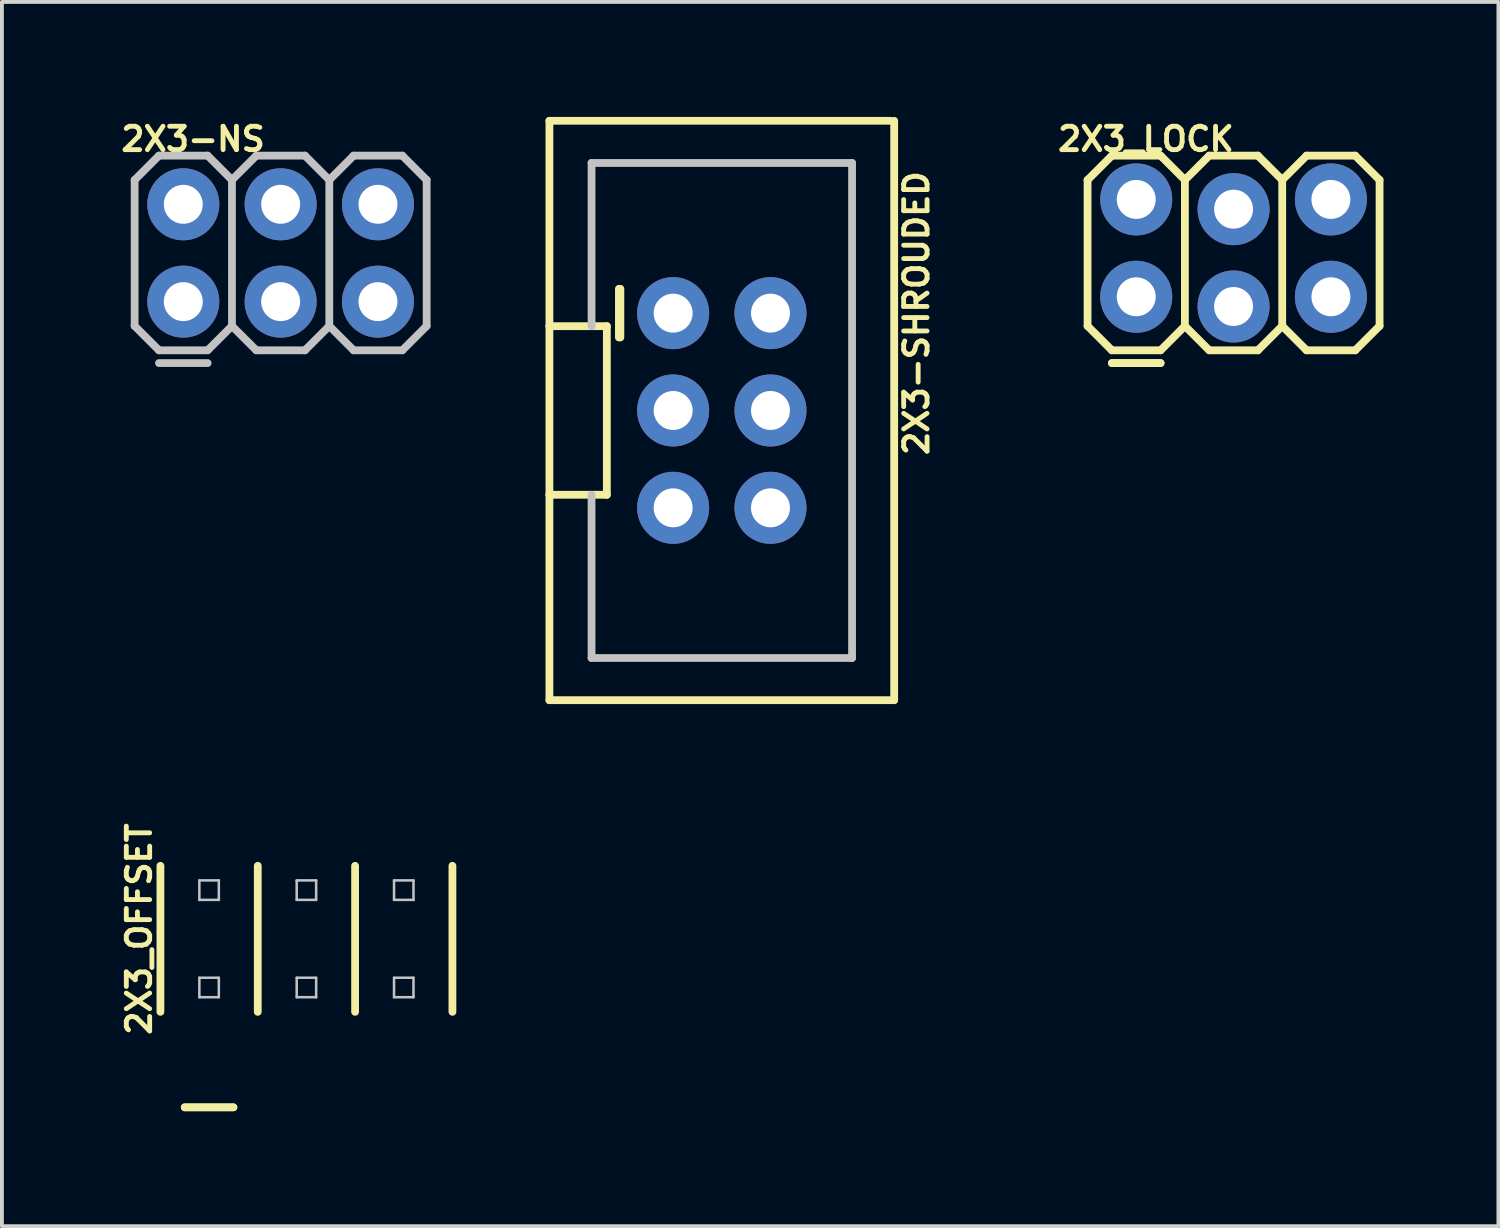
<source format=kicad_pcb>
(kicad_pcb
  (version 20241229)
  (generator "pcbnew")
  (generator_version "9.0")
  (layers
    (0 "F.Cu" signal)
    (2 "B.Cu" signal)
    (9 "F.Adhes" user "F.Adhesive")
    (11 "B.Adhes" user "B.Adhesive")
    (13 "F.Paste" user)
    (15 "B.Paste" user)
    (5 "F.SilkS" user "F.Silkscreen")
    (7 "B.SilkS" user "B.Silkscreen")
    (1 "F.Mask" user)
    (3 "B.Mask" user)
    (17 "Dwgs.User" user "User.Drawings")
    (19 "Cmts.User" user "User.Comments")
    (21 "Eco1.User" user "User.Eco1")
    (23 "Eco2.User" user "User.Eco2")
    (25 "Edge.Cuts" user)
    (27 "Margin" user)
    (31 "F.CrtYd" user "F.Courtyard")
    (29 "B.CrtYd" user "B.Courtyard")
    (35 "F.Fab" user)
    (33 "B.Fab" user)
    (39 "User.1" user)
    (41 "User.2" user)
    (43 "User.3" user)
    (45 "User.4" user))
  (footprint "2X3_LOCK"
    (layer "F.Cu")
    (at 26.599 4.821)
    (property "Reference" "2X3_LOCK" (at 0.254 -4.242 0) (layer "F.SilkS") (effects (font (size 0.61 0.61) (thickness 0.127))))
    (attr exclude_from_pos_files exclude_from_bom)
    (fp_line (start -1.27 -3.175) (end -0.635 -3.81) (stroke (width 0.203) (type solid)) (layer "F.SilkS"))
    (fp_line (start -1.27 0.635) (end -1.27 -3.175) (stroke (width 0.203) (type solid)) (layer "F.SilkS"))
    (fp_line (start -1.27 0.635) (end -0.635 1.27) (stroke (width 0.203) (type solid)) (layer "F.SilkS"))
    (fp_line (start -0.635 -3.81) (end 0.635 -3.81) (stroke (width 0.203) (type solid)) (layer "F.SilkS"))
    (fp_line (start -0.635 1.27) (end 0.635 1.27) (stroke (width 0.203) (type solid)) (layer "F.SilkS"))
    (fp_line (start -0.635 1.603) (end 0.635 1.603) (stroke (width 0.203) (type solid)) (layer "F.SilkS"))
    (fp_line (start 0.635 -3.81) (end 1.27 -3.175) (stroke (width 0.203) (type solid)) (layer "F.SilkS"))
    (fp_line (start 0.635 1.27) (end 1.27 0.635) (stroke (width 0.203) (type solid)) (layer "F.SilkS"))
    (fp_line (start 0.635 1.603) (end -0.635 1.603) (stroke (width 0.203) (type solid)) (layer "F.SilkS"))
    (fp_line (start 1.27 -3.175) (end 1.27 0.635) (stroke (width 0.203) (type solid)) (layer "F.SilkS"))
    (fp_line (start 1.27 -3.175) (end 1.905 -3.81) (stroke (width 0.203) (type solid)) (layer "F.SilkS"))
    (fp_line (start 1.27 0.635) (end 1.905 1.27) (stroke (width 0.203) (type solid)) (layer "F.SilkS"))
    (fp_line (start 1.905 -3.81) (end 3.175 -3.81) (stroke (width 0.203) (type solid)) (layer "F.SilkS"))
    (fp_line (start 1.905 1.27) (end 3.175 1.27) (stroke (width 0.203) (type solid)) (layer "F.SilkS"))
    (fp_line (start 3.175 -3.81) (end 3.81 -3.175) (stroke (width 0.203) (type solid)) (layer "F.SilkS"))
    (fp_line (start 3.175 1.27) (end 3.81 0.635) (stroke (width 0.203) (type solid)) (layer "F.SilkS"))
    (fp_line (start 3.81 -3.175) (end 3.81 0.635) (stroke (width 0.203) (type solid)) (layer "F.SilkS"))
    (fp_line (start 3.81 -3.175) (end 4.445 -3.81) (stroke (width 0.203) (type solid)) (layer "F.SilkS"))
    (fp_line (start 3.81 0.635) (end 4.445 1.27) (stroke (width 0.203) (type solid)) (layer "F.SilkS"))
    (fp_line (start 4.445 -3.81) (end 5.715 -3.81) (stroke (width 0.203) (type solid)) (layer "F.SilkS"))
    (fp_line (start 4.445 1.27) (end 5.715 1.27) (stroke (width 0.203) (type solid)) (layer "F.SilkS"))
    (fp_line (start 5.715 -3.81) (end 6.35 -3.175) (stroke (width 0.203) (type solid)) (layer "F.SilkS"))
    (fp_line (start 5.715 1.27) (end 6.35 0.635) (stroke (width 0.203) (type solid)) (layer "F.SilkS"))
    (fp_line (start 6.35 -3.175) (end 6.35 0.635) (stroke (width 0.203) (type solid)) (layer "F.SilkS"))
    (fp_line (start -0.254 -2.794) (end 0.254 -2.794) (stroke (width 0.066) (type solid)) (layer "Dwgs.User"))
    (fp_line (start -0.254 -2.286) (end -0.254 -2.794) (stroke (width 0.066) (type solid)) (layer "Dwgs.User"))
    (fp_line (start -0.254 -2.286) (end 0.254 -2.286) (stroke (width 0.066) (type solid)) (layer "Dwgs.User"))
    (fp_line (start -0.254 -0.254) (end 0.254 -0.254) (stroke (width 0.066) (type solid)) (layer "Dwgs.User"))
    (fp_line (start -0.254 0.254) (end -0.254 -0.254) (stroke (width 0.066) (type solid)) (layer "Dwgs.User"))
    (fp_line (start -0.254 0.254) (end 0.254 0.254) (stroke (width 0.066) (type solid)) (layer "Dwgs.User"))
    (fp_line (start 0.254 -2.286) (end 0.254 -2.794) (stroke (width 0.066) (type solid)) (layer "Dwgs.User"))
    (fp_line (start 0.254 0.254) (end 0.254 -0.254) (stroke (width 0.066) (type solid)) (layer "Dwgs.User"))
    (fp_line (start 2.286 -2.794) (end 2.794 -2.794) (stroke (width 0.066) (type solid)) (layer "Dwgs.User"))
    (fp_line (start 2.286 -2.286) (end 2.286 -2.794) (stroke (width 0.066) (type solid)) (layer "Dwgs.User"))
    (fp_line (start 2.286 -2.286) (end 2.794 -2.286) (stroke (width 0.066) (type solid)) (layer "Dwgs.User"))
    (fp_line (start 2.286 -0.254) (end 2.794 -0.254) (stroke (width 0.066) (type solid)) (layer "Dwgs.User"))
    (fp_line (start 2.286 0.254) (end 2.286 -0.254) (stroke (width 0.066) (type solid)) (layer "Dwgs.User"))
    (fp_line (start 2.286 0.254) (end 2.794 0.254) (stroke (width 0.066) (type solid)) (layer "Dwgs.User"))
    (fp_line (start 2.794 -2.286) (end 2.794 -2.794) (stroke (width 0.066) (type solid)) (layer "Dwgs.User"))
    (fp_line (start 2.794 0.254) (end 2.794 -0.254) (stroke (width 0.066) (type solid)) (layer "Dwgs.User"))
    (fp_line (start 4.826 -2.794) (end 5.334 -2.794) (stroke (width 0.066) (type solid)) (layer "Dwgs.User"))
    (fp_line (start 4.826 -2.286) (end 4.826 -2.794) (stroke (width 0.066) (type solid)) (layer "Dwgs.User"))
    (fp_line (start 4.826 -2.286) (end 5.334 -2.286) (stroke (width 0.066) (type solid)) (layer "Dwgs.User"))
    (fp_line (start 4.826 -0.254) (end 5.334 -0.254) (stroke (width 0.066) (type solid)) (layer "Dwgs.User"))
    (fp_line (start 4.826 0.254) (end 4.826 -0.254) (stroke (width 0.066) (type solid)) (layer "Dwgs.User"))
    (fp_line (start 4.826 0.254) (end 5.334 0.254) (stroke (width 0.066) (type solid)) (layer "Dwgs.User"))
    (fp_line (start 5.334 -2.286) (end 5.334 -2.794) (stroke (width 0.066) (type solid)) (layer "Dwgs.User"))
    (fp_line (start 5.334 0.254) (end 5.334 -0.254) (stroke (width 0.066) (type solid)) (layer "Dwgs.User"))
    (pad "1" thru_hole circle (at 0 -0.127) (size 1.88 1.88) (drill 1.016) (layers "*.Cu" "*.Paste" "*.Mask"))
    (pad "2" thru_hole circle (at 0 -2.667) (size 1.88 1.88) (drill 1.016) (layers "*.Cu" "*.Paste" "*.Mask"))
    (pad "3" thru_hole circle (at 2.54 0.127) (size 1.88 1.88) (drill 1.016) (layers "*.Cu" "*.Paste" "*.Mask"))
    (pad "4" thru_hole circle (at 2.54 -2.413) (size 1.88 1.88) (drill 1.016) (layers "*.Cu" "*.Paste" "*.Mask"))
    (pad "5" thru_hole circle (at 5.08 -0.127) (size 1.88 1.88) (drill 1.016) (layers "*.Cu" "*.Paste" "*.Mask"))
    (pad "6" thru_hole circle (at 5.08 -2.667) (size 1.88 1.88) (drill 1.016) (layers "*.Cu" "*.Paste" "*.Mask")))
  (footprint "2X3-NS"
    (layer "F.Cu")
    (at 4.273 3.551)
    (property "Reference" "2X3-NS" (at -2.286 -2.972 0) (layer "F.SilkS") (effects (font (size 0.61 0.61) (thickness 0.127))))
    (attr exclude_from_pos_files exclude_from_bom)
    (fp_line (start -3.81 -1.905) (end -3.175 -2.54) (stroke (width 0.203) (type solid)) (layer "Dwgs.User"))
    (fp_line (start -3.81 1.905) (end -3.81 -1.905) (stroke (width 0.203) (type solid)) (layer "Dwgs.User"))
    (fp_line (start -3.81 1.905) (end -3.175 2.54) (stroke (width 0.203) (type solid)) (layer "Dwgs.User"))
    (fp_line (start -3.175 -2.54) (end -1.905 -2.54) (stroke (width 0.203) (type solid)) (layer "Dwgs.User"))
    (fp_line (start -3.175 2.54) (end -1.905 2.54) (stroke (width 0.203) (type solid)) (layer "Dwgs.User"))
    (fp_line (start -2.794 -1.524) (end -2.286 -1.524) (stroke (width 0.066) (type solid)) (layer "Dwgs.User"))
    (fp_line (start -2.794 -1.016) (end -2.794 -1.524) (stroke (width 0.066) (type solid)) (layer "Dwgs.User"))
    (fp_line (start -2.794 -1.016) (end -2.286 -1.016) (stroke (width 0.066) (type solid)) (layer "Dwgs.User"))
    (fp_line (start -2.794 1.016) (end -2.286 1.016) (stroke (width 0.066) (type solid)) (layer "Dwgs.User"))
    (fp_line (start -2.794 1.524) (end -2.794 1.016) (stroke (width 0.066) (type solid)) (layer "Dwgs.User"))
    (fp_line (start -2.794 1.524) (end -2.286 1.524) (stroke (width 0.066) (type solid)) (layer "Dwgs.User"))
    (fp_line (start -2.286 -1.016) (end -2.286 -1.524) (stroke (width 0.066) (type solid)) (layer "Dwgs.User"))
    (fp_line (start -2.286 1.524) (end -2.286 1.016) (stroke (width 0.066) (type solid)) (layer "Dwgs.User"))
    (fp_line (start -1.905 -2.54) (end -1.27 -1.905) (stroke (width 0.203) (type solid)) (layer "Dwgs.User"))
    (fp_line (start -1.905 2.54) (end -1.27 1.905) (stroke (width 0.203) (type solid)) (layer "Dwgs.User"))
    (fp_line (start -1.905 2.873) (end -3.175 2.873) (stroke (width 0.203) (type solid)) (layer "Dwgs.User"))
    (fp_line (start -1.27 -1.905) (end -1.27 1.905) (stroke (width 0.203) (type solid)) (layer "Dwgs.User"))
    (fp_line (start -1.27 -1.905) (end -0.635 -2.54) (stroke (width 0.203) (type solid)) (layer "Dwgs.User"))
    (fp_line (start -1.27 1.905) (end -0.635 2.54) (stroke (width 0.203) (type solid)) (layer "Dwgs.User"))
    (fp_line (start -0.635 -2.54) (end 0.635 -2.54) (stroke (width 0.203) (type solid)) (layer "Dwgs.User"))
    (fp_line (start -0.635 2.54) (end 0.635 2.54) (stroke (width 0.203) (type solid)) (layer "Dwgs.User"))
    (fp_line (start -0.254 -1.524) (end 0.254 -1.524) (stroke (width 0.066) (type solid)) (layer "Dwgs.User"))
    (fp_line (start -0.254 -1.016) (end -0.254 -1.524) (stroke (width 0.066) (type solid)) (layer "Dwgs.User"))
    (fp_line (start -0.254 -1.016) (end 0.254 -1.016) (stroke (width 0.066) (type solid)) (layer "Dwgs.User"))
    (fp_line (start -0.254 1.016) (end 0.254 1.016) (stroke (width 0.066) (type solid)) (layer "Dwgs.User"))
    (fp_line (start -0.254 1.524) (end -0.254 1.016) (stroke (width 0.066) (type solid)) (layer "Dwgs.User"))
    (fp_line (start -0.254 1.524) (end 0.254 1.524) (stroke (width 0.066) (type solid)) (layer "Dwgs.User"))
    (fp_line (start 0.254 -1.016) (end 0.254 -1.524) (stroke (width 0.066) (type solid)) (layer "Dwgs.User"))
    (fp_line (start 0.254 1.524) (end 0.254 1.016) (stroke (width 0.066) (type solid)) (layer "Dwgs.User"))
    (fp_line (start 0.635 -2.54) (end 1.27 -1.905) (stroke (width 0.203) (type solid)) (layer "Dwgs.User"))
    (fp_line (start 0.635 2.54) (end 1.27 1.905) (stroke (width 0.203) (type solid)) (layer "Dwgs.User"))
    (fp_line (start 1.27 -1.905) (end 1.27 1.905) (stroke (width 0.203) (type solid)) (layer "Dwgs.User"))
    (fp_line (start 1.27 -1.905) (end 1.905 -2.54) (stroke (width 0.203) (type solid)) (layer "Dwgs.User"))
    (fp_line (start 1.27 1.905) (end 1.905 2.54) (stroke (width 0.203) (type solid)) (layer "Dwgs.User"))
    (fp_line (start 1.905 -2.54) (end 3.175 -2.54) (stroke (width 0.203) (type solid)) (layer "Dwgs.User"))
    (fp_line (start 1.905 2.54) (end 3.175 2.54) (stroke (width 0.203) (type solid)) (layer "Dwgs.User"))
    (fp_line (start 2.286 -1.524) (end 2.794 -1.524) (stroke (width 0.066) (type solid)) (layer "Dwgs.User"))
    (fp_line (start 2.286 -1.016) (end 2.286 -1.524) (stroke (width 0.066) (type solid)) (layer "Dwgs.User"))
    (fp_line (start 2.286 -1.016) (end 2.794 -1.016) (stroke (width 0.066) (type solid)) (layer "Dwgs.User"))
    (fp_line (start 2.286 1.016) (end 2.794 1.016) (stroke (width 0.066) (type solid)) (layer "Dwgs.User"))
    (fp_line (start 2.286 1.524) (end 2.286 1.016) (stroke (width 0.066) (type solid)) (layer "Dwgs.User"))
    (fp_line (start 2.286 1.524) (end 2.794 1.524) (stroke (width 0.066) (type solid)) (layer "Dwgs.User"))
    (fp_line (start 2.794 -1.016) (end 2.794 -1.524) (stroke (width 0.066) (type solid)) (layer "Dwgs.User"))
    (fp_line (start 2.794 1.524) (end 2.794 1.016) (stroke (width 0.066) (type solid)) (layer "Dwgs.User"))
    (fp_line (start 3.175 -2.54) (end 3.81 -1.905) (stroke (width 0.203) (type solid)) (layer "Dwgs.User"))
    (fp_line (start 3.175 2.54) (end 3.81 1.905) (stroke (width 0.203) (type solid)) (layer "Dwgs.User"))
    (fp_line (start 3.81 -1.905) (end 3.81 1.905) (stroke (width 0.203) (type solid)) (layer "Dwgs.User"))
    (pad "1" thru_hole circle (at -2.54 1.27) (size 1.88 1.88) (drill 1.016) (layers "*.Cu" "*.Paste" "*.Mask"))
    (pad "2" thru_hole circle (at -2.54 -1.27) (size 1.88 1.88) (drill 1.016) (layers "*.Cu" "*.Paste" "*.Mask"))
    (pad "3" thru_hole circle (at 0 1.27) (size 1.88 1.88) (drill 1.016) (layers "*.Cu" "*.Paste" "*.Mask"))
    (pad "4" thru_hole circle (at 0 -1.27) (size 1.88 1.88) (drill 1.016) (layers "*.Cu" "*.Paste" "*.Mask"))
    (pad "5" thru_hole circle (at 2.54 1.27) (size 1.88 1.88) (drill 1.016) (layers "*.Cu" "*.Paste" "*.Mask"))
    (pad "6" thru_hole circle (at 2.54 -1.27) (size 1.88 1.88) (drill 1.016) (layers "*.Cu" "*.Paste" "*.Mask")))
  (footprint "2X3_OFFSET"
    (layer "F.Cu")
    (at 4.946 21.448)
    (property "Reference" "2X3_OFFSET" (at -4.366 -0.254 90) (layer "F.SilkS") (effects (font (size 0.61 0.61) (thickness 0.127))))
    (attr exclude_from_pos_files exclude_from_bom)
    (fp_line (start -3.81 1.905) (end -3.81 -1.905) (stroke (width 0.203) (type solid)) (layer "F.SilkS"))
    (fp_line (start -3.175 4.397) (end -1.905 4.397) (stroke (width 0.203) (type solid)) (layer "F.SilkS"))
    (fp_line (start -1.905 4.397) (end -3.175 4.397) (stroke (width 0.203) (type solid)) (layer "F.SilkS"))
    (fp_line (start -1.27 -1.905) (end -1.27 1.905) (stroke (width 0.203) (type solid)) (layer "F.SilkS"))
    (fp_line (start 1.27 -1.905) (end 1.27 1.905) (stroke (width 0.203) (type solid)) (layer "F.SilkS"))
    (fp_line (start 3.81 -1.905) (end 3.81 1.905) (stroke (width 0.203) (type solid)) (layer "F.SilkS"))
    (fp_line (start -2.794 -1.524) (end -2.286 -1.524) (stroke (width 0.066) (type solid)) (layer "Dwgs.User"))
    (fp_line (start -2.794 -1.016) (end -2.794 -1.524) (stroke (width 0.066) (type solid)) (layer "Dwgs.User"))
    (fp_line (start -2.794 -1.016) (end -2.286 -1.016) (stroke (width 0.066) (type solid)) (layer "Dwgs.User"))
    (fp_line (start -2.794 1.016) (end -2.286 1.016) (stroke (width 0.066) (type solid)) (layer "Dwgs.User"))
    (fp_line (start -2.794 1.524) (end -2.794 1.016) (stroke (width 0.066) (type solid)) (layer "Dwgs.User"))
    (fp_line (start -2.794 1.524) (end -2.286 1.524) (stroke (width 0.066) (type solid)) (layer "Dwgs.User"))
    (fp_line (start -2.286 -1.016) (end -2.286 -1.524) (stroke (width 0.066) (type solid)) (layer "Dwgs.User"))
    (fp_line (start -2.286 1.524) (end -2.286 1.016) (stroke (width 0.066) (type solid)) (layer "Dwgs.User"))
    (fp_line (start -0.254 -1.524) (end 0.254 -1.524) (stroke (width 0.066) (type solid)) (layer "Dwgs.User"))
    (fp_line (start -0.254 -1.016) (end -0.254 -1.524) (stroke (width 0.066) (type solid)) (layer "Dwgs.User"))
    (fp_line (start -0.254 -1.016) (end 0.254 -1.016) (stroke (width 0.066) (type solid)) (layer "Dwgs.User"))
    (fp_line (start -0.254 1.016) (end 0.254 1.016) (stroke (width 0.066) (type solid)) (layer "Dwgs.User"))
    (fp_line (start -0.254 1.524) (end -0.254 1.016) (stroke (width 0.066) (type solid)) (layer "Dwgs.User"))
    (fp_line (start -0.254 1.524) (end 0.254 1.524) (stroke (width 0.066) (type solid)) (layer "Dwgs.User"))
    (fp_line (start 0.254 -1.016) (end 0.254 -1.524) (stroke (width 0.066) (type solid)) (layer "Dwgs.User"))
    (fp_line (start 0.254 1.524) (end 0.254 1.016) (stroke (width 0.066) (type solid)) (layer "Dwgs.User"))
    (fp_line (start 2.286 -1.524) (end 2.794 -1.524) (stroke (width 0.066) (type solid)) (layer "Dwgs.User"))
    (fp_line (start 2.286 -1.016) (end 2.286 -1.524) (stroke (width 0.066) (type solid)) (layer "Dwgs.User"))
    (fp_line (start 2.286 -1.016) (end 2.794 -1.016) (stroke (width 0.066) (type solid)) (layer "Dwgs.User"))
    (fp_line (start 2.286 1.016) (end 2.794 1.016) (stroke (width 0.066) (type solid)) (layer "Dwgs.User"))
    (fp_line (start 2.286 1.524) (end 2.286 1.016) (stroke (width 0.066) (type solid)) (layer "Dwgs.User"))
    (fp_line (start 2.286 1.524) (end 2.794 1.524) (stroke (width 0.066) (type solid)) (layer "Dwgs.User"))
    (fp_line (start 2.794 -1.016) (end 2.794 -1.524) (stroke (width 0.066) (type solid)) (layer "Dwgs.User"))
    (fp_line (start 2.794 1.524) (end 2.794 1.016) (stroke (width 0.066) (type solid)) (layer "Dwgs.User"))
    (pad "1" thru_hole rect (at -2.54 1.27) (size 0.001 0.001) (drill 1.118) (layers "*.Cu" "*.Paste" "*.Mask"))
    (pad "2" thru_hole rect (at -2.54 -1.27) (size 0.001 0.001) (drill 1.118) (layers "*.Cu" "*.Paste" "*.Mask"))
    (pad "3" thru_hole rect (at 0 1.27) (size 0.001 0.001) (drill 1.118) (layers "*.Cu" "*.Paste" "*.Mask"))
    (pad "4" thru_hole rect (at 0 -1.27) (size 0.001 0.001) (drill 1.118) (layers "*.Cu" "*.Paste" "*.Mask"))
    (pad "5" thru_hole rect (at 2.54 1.27) (size 0.001 0.001) (drill 1.118) (layers "*.Cu" "*.Paste" "*.Mask"))
    (pad "6" thru_hole rect (at 2.54 -1.27) (size 0.001 0.001) (drill 1.118) (layers "*.Cu" "*.Paste" "*.Mask")))
  (footprint "2X3-SHROUDED"
    (layer "F.Cu")
    (at 15.785 7.661)
    (property "Reference" "2X3-SHROUDED" (at 5.08 -2.54 90) (layer "F.SilkS") (effects (font (size 0.61 0.61) (thickness 0.127))))
    (attr exclude_from_pos_files exclude_from_bom)
    (fp_line (start -4.498 -7.559) (end 4.399 -7.559) (stroke (width 0.203) (type solid)) (layer "F.SilkS"))
    (fp_line (start -4.498 -2.2) (end -4.498 -7.559) (stroke (width 0.203) (type solid)) (layer "F.SilkS"))
    (fp_line (start -4.498 -2.2) (end -3 -2.2) (stroke (width 0.203) (type solid)) (layer "F.SilkS"))
    (fp_line (start -4.498 2.2) (end -4.498 -2.2) (stroke (width 0.203) (type solid)) (layer "F.SilkS"))
    (fp_line (start -4.498 7.559) (end -4.498 2.2) (stroke (width 0.203) (type solid)) (layer "F.SilkS"))
    (fp_line (start -3 -2.2) (end -3 2.2) (stroke (width 0.203) (type solid)) (layer "F.SilkS"))
    (fp_line (start -3 2.2) (end -4.498 2.2) (stroke (width 0.203) (type solid)) (layer "F.SilkS"))
    (fp_line (start -2.685 -3.175) (end -2.685 -1.905) (stroke (width 0.203) (type solid)) (layer "F.SilkS"))
    (fp_line (start -2.647 -3.175) (end -2.647 -1.905) (stroke (width 0.203) (type solid)) (layer "F.SilkS"))
    (fp_line (start 4.498 -7.559) (end 4.498 7.559) (stroke (width 0.203) (type solid)) (layer "F.SilkS"))
    (fp_line (start 4.498 7.559) (end -4.498 7.559) (stroke (width 0.203) (type solid)) (layer "F.SilkS"))
    (fp_line (start -3.399 -6.459) (end -3.399 -2.2) (stroke (width 0.203) (type solid)) (layer "Dwgs.User"))
    (fp_line (start -3.399 -6.459) (end 3.399 -6.459) (stroke (width 0.203) (type solid)) (layer "Dwgs.User"))
    (fp_line (start -3.399 6.459) (end -3.399 2.2) (stroke (width 0.203) (type solid)) (layer "Dwgs.User"))
    (fp_line (start -3.399 6.459) (end 3.399 6.459) (stroke (width 0.203) (type solid)) (layer "Dwgs.User"))
    (fp_line (start 3.399 -6.459) (end 3.399 6.459) (stroke (width 0.203) (type solid)) (layer "Dwgs.User"))
    (pad "1" thru_hole circle (at -1.27 -2.54) (size 1.88 1.88) (drill 1.016) (layers "*.Cu" "*.Paste" "*.Mask"))
    (pad "2" thru_hole circle (at 1.27 -2.54) (size 1.88 1.88) (drill 1.016) (layers "*.Cu" "*.Paste" "*.Mask"))
    (pad "3" thru_hole circle (at -1.27 0) (size 1.88 1.88) (drill 1.016) (layers "*.Cu" "*.Paste" "*.Mask"))
    (pad "4" thru_hole circle (at 1.27 0) (size 1.88 1.88) (drill 1.016) (layers "*.Cu" "*.Paste" "*.Mask"))
    (pad "5" thru_hole circle (at -1.27 2.54) (size 1.88 1.88) (drill 1.016) (layers "*.Cu" "*.Paste" "*.Mask"))
    (pad "6" thru_hole circle (at 1.27 2.54) (size 1.88 1.88) (drill 1.016) (layers "*.Cu" "*.Paste" "*.Mask")))
  (gr_rect
    (start -3 -3)
    (end 36.05 28.946)
    (stroke (width 0.1) (type default))
    (fill no)
    (layer "Edge.Cuts")))
</source>
